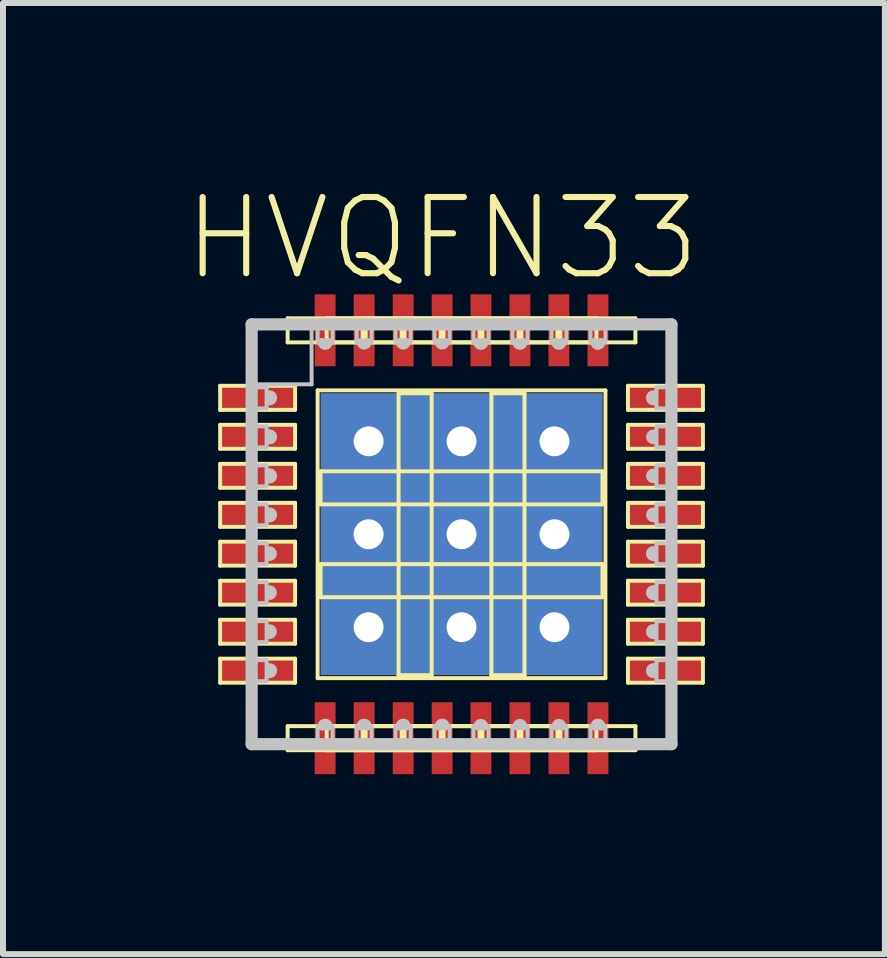
<source format=kicad_pcb>
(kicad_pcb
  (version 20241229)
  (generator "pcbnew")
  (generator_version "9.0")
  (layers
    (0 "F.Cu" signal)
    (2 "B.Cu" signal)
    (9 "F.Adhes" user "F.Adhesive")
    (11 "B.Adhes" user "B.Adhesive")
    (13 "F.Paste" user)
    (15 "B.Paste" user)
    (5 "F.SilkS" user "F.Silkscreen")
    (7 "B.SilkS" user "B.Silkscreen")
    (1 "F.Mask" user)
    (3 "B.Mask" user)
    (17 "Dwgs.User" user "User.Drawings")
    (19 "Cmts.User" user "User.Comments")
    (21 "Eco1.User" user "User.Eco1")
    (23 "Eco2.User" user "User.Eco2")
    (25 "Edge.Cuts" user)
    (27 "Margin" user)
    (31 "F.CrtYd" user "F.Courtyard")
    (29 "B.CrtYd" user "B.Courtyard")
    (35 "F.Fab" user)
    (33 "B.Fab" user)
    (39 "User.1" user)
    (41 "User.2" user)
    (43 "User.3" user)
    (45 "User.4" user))
  (footprint "HVQFN33"
    (layer "F.Cu")
    (at 4.642 5.854)
    (property "Reference" "HVQFN33" (at -0.323 -4.933 0) (layer "F.SilkS") (effects (font (size 1.27 1.27) (thickness 0.102))))
    (attr smd)
    (fp_line (start -4.023 -2.474) (end -2.774 -2.474) (stroke (width 0.066) (type solid)) (layer "F.SilkS"))
    (fp_line (start -4.023 -2.073) (end -4.023 -2.474) (stroke (width 0.066) (type solid)) (layer "F.SilkS"))
    (fp_line (start -4.023 -2.073) (end -2.774 -2.073) (stroke (width 0.066) (type solid)) (layer "F.SilkS"))
    (fp_line (start -4.023 -1.824) (end -2.774 -1.824) (stroke (width 0.066) (type solid)) (layer "F.SilkS"))
    (fp_line (start -4.023 -1.425) (end -4.023 -1.824) (stroke (width 0.066) (type solid)) (layer "F.SilkS"))
    (fp_line (start -4.023 -1.425) (end -2.774 -1.425) (stroke (width 0.066) (type solid)) (layer "F.SilkS"))
    (fp_line (start -4.023 -1.173) (end -2.774 -1.173) (stroke (width 0.066) (type solid)) (layer "F.SilkS"))
    (fp_line (start -4.023 -0.775) (end -4.023 -1.173) (stroke (width 0.066) (type solid)) (layer "F.SilkS"))
    (fp_line (start -4.023 -0.775) (end -2.774 -0.775) (stroke (width 0.066) (type solid)) (layer "F.SilkS"))
    (fp_line (start -4.023 -0.523) (end -2.774 -0.523) (stroke (width 0.066) (type solid)) (layer "F.SilkS"))
    (fp_line (start -4.023 -0.124) (end -4.023 -0.523) (stroke (width 0.066) (type solid)) (layer "F.SilkS"))
    (fp_line (start -4.023 -0.124) (end -2.774 -0.124) (stroke (width 0.066) (type solid)) (layer "F.SilkS"))
    (fp_line (start -4.023 0.124) (end -2.774 0.124) (stroke (width 0.066) (type solid)) (layer "F.SilkS"))
    (fp_line (start -4.023 0.523) (end -4.023 0.124) (stroke (width 0.066) (type solid)) (layer "F.SilkS"))
    (fp_line (start -4.023 0.523) (end -2.774 0.523) (stroke (width 0.066) (type solid)) (layer "F.SilkS"))
    (fp_line (start -4.023 0.775) (end -2.774 0.775) (stroke (width 0.066) (type solid)) (layer "F.SilkS"))
    (fp_line (start -4.023 1.173) (end -4.023 0.775) (stroke (width 0.066) (type solid)) (layer "F.SilkS"))
    (fp_line (start -4.023 1.173) (end -2.774 1.173) (stroke (width 0.066) (type solid)) (layer "F.SilkS"))
    (fp_line (start -4.023 1.425) (end -2.774 1.425) (stroke (width 0.066) (type solid)) (layer "F.SilkS"))
    (fp_line (start -4.023 1.824) (end -4.023 1.425) (stroke (width 0.066) (type solid)) (layer "F.SilkS"))
    (fp_line (start -4.023 1.824) (end -2.774 1.824) (stroke (width 0.066) (type solid)) (layer "F.SilkS"))
    (fp_line (start -4.023 2.073) (end -2.774 2.073) (stroke (width 0.066) (type solid)) (layer "F.SilkS"))
    (fp_line (start -4.023 2.474) (end -4.023 2.073) (stroke (width 0.066) (type solid)) (layer "F.SilkS"))
    (fp_line (start -4.023 2.474) (end -2.774 2.474) (stroke (width 0.066) (type solid)) (layer "F.SilkS"))
    (fp_line (start -2.898 -3.599) (end -1.648 -3.599) (stroke (width 0.066) (type solid)) (layer "F.SilkS"))
    (fp_line (start -2.898 -3.198) (end -2.898 -3.599) (stroke (width 0.066) (type solid)) (layer "F.SilkS"))
    (fp_line (start -2.898 -3.198) (end -1.648 -3.198) (stroke (width 0.066) (type solid)) (layer "F.SilkS"))
    (fp_line (start -2.898 3.198) (end -1.648 3.198) (stroke (width 0.066) (type solid)) (layer "F.SilkS"))
    (fp_line (start -2.898 3.599) (end -2.898 3.198) (stroke (width 0.066) (type solid)) (layer "F.SilkS"))
    (fp_line (start -2.898 3.599) (end -1.648 3.599) (stroke (width 0.066) (type solid)) (layer "F.SilkS"))
    (fp_line (start -2.774 -2.073) (end -2.774 -2.474) (stroke (width 0.066) (type solid)) (layer "F.SilkS"))
    (fp_line (start -2.774 -1.425) (end -2.774 -1.824) (stroke (width 0.066) (type solid)) (layer "F.SilkS"))
    (fp_line (start -2.774 -0.775) (end -2.774 -1.173) (stroke (width 0.066) (type solid)) (layer "F.SilkS"))
    (fp_line (start -2.774 -0.124) (end -2.774 -0.523) (stroke (width 0.066) (type solid)) (layer "F.SilkS"))
    (fp_line (start -2.774 0.523) (end -2.774 0.124) (stroke (width 0.066) (type solid)) (layer "F.SilkS"))
    (fp_line (start -2.774 1.173) (end -2.774 0.775) (stroke (width 0.066) (type solid)) (layer "F.SilkS"))
    (fp_line (start -2.774 1.824) (end -2.774 1.425) (stroke (width 0.066) (type solid)) (layer "F.SilkS"))
    (fp_line (start -2.774 2.474) (end -2.774 2.073) (stroke (width 0.066) (type solid)) (layer "F.SilkS"))
    (fp_line (start -2.398 -2.398) (end 2.398 -2.398) (stroke (width 0.066) (type solid)) (layer "F.SilkS"))
    (fp_line (start -2.398 2.398) (end -2.398 -2.398) (stroke (width 0.066) (type solid)) (layer "F.SilkS"))
    (fp_line (start -2.398 2.398) (end 2.398 2.398) (stroke (width 0.066) (type solid)) (layer "F.SilkS"))
    (fp_line (start -2.349 -1.049) (end 2.349 -1.049) (stroke (width 0.066) (type solid)) (layer "F.SilkS"))
    (fp_line (start -2.349 -0.498) (end -2.349 -1.049) (stroke (width 0.066) (type solid)) (layer "F.SilkS"))
    (fp_line (start -2.349 -0.498) (end 2.349 -0.498) (stroke (width 0.066) (type solid)) (layer "F.SilkS"))
    (fp_line (start -2.349 0.498) (end 2.349 0.498) (stroke (width 0.066) (type solid)) (layer "F.SilkS"))
    (fp_line (start -2.349 1.049) (end -2.349 0.498) (stroke (width 0.066) (type solid)) (layer "F.SilkS"))
    (fp_line (start -2.349 1.049) (end 2.349 1.049) (stroke (width 0.066) (type solid)) (layer "F.SilkS"))
    (fp_line (start -2.248 -3.599) (end -0.998 -3.599) (stroke (width 0.066) (type solid)) (layer "F.SilkS"))
    (fp_line (start -2.248 -3.198) (end -2.248 -3.599) (stroke (width 0.066) (type solid)) (layer "F.SilkS"))
    (fp_line (start -2.248 -3.198) (end -0.998 -3.198) (stroke (width 0.066) (type solid)) (layer "F.SilkS"))
    (fp_line (start -2.248 3.198) (end -0.998 3.198) (stroke (width 0.066) (type solid)) (layer "F.SilkS"))
    (fp_line (start -2.248 3.599) (end -2.248 3.198) (stroke (width 0.066) (type solid)) (layer "F.SilkS"))
    (fp_line (start -2.248 3.599) (end -0.998 3.599) (stroke (width 0.066) (type solid)) (layer "F.SilkS"))
    (fp_line (start -1.648 -3.198) (end -1.648 -3.599) (stroke (width 0.066) (type solid)) (layer "F.SilkS"))
    (fp_line (start -1.648 3.599) (end -1.648 3.198) (stroke (width 0.066) (type solid)) (layer "F.SilkS"))
    (fp_line (start -1.598 -3.599) (end -0.348 -3.599) (stroke (width 0.066) (type solid)) (layer "F.SilkS"))
    (fp_line (start -1.598 -3.198) (end -1.598 -3.599) (stroke (width 0.066) (type solid)) (layer "F.SilkS"))
    (fp_line (start -1.598 -3.198) (end -0.348 -3.198) (stroke (width 0.066) (type solid)) (layer "F.SilkS"))
    (fp_line (start -1.598 3.198) (end -0.348 3.198) (stroke (width 0.066) (type solid)) (layer "F.SilkS"))
    (fp_line (start -1.598 3.599) (end -1.598 3.198) (stroke (width 0.066) (type solid)) (layer "F.SilkS"))
    (fp_line (start -1.598 3.599) (end -0.348 3.599) (stroke (width 0.066) (type solid)) (layer "F.SilkS"))
    (fp_line (start -1.049 -2.349) (end -0.498 -2.349) (stroke (width 0.066) (type solid)) (layer "F.SilkS"))
    (fp_line (start -1.049 2.349) (end -1.049 -2.349) (stroke (width 0.066) (type solid)) (layer "F.SilkS"))
    (fp_line (start -1.049 2.349) (end -0.498 2.349) (stroke (width 0.066) (type solid)) (layer "F.SilkS"))
    (fp_line (start -0.998 -3.198) (end -0.998 -3.599) (stroke (width 0.066) (type solid)) (layer "F.SilkS"))
    (fp_line (start -0.998 3.599) (end -0.998 3.198) (stroke (width 0.066) (type solid)) (layer "F.SilkS"))
    (fp_line (start -0.95 -3.599) (end 0.3 -3.599) (stroke (width 0.066) (type solid)) (layer "F.SilkS"))
    (fp_line (start -0.95 -3.198) (end -0.95 -3.599) (stroke (width 0.066) (type solid)) (layer "F.SilkS"))
    (fp_line (start -0.95 -3.198) (end 0.3 -3.198) (stroke (width 0.066) (type solid)) (layer "F.SilkS"))
    (fp_line (start -0.95 3.198) (end 0.3 3.198) (stroke (width 0.066) (type solid)) (layer "F.SilkS"))
    (fp_line (start -0.95 3.599) (end -0.95 3.198) (stroke (width 0.066) (type solid)) (layer "F.SilkS"))
    (fp_line (start -0.95 3.599) (end 0.3 3.599) (stroke (width 0.066) (type solid)) (layer "F.SilkS"))
    (fp_line (start -0.498 2.349) (end -0.498 -2.349) (stroke (width 0.066) (type solid)) (layer "F.SilkS"))
    (fp_line (start -0.348 -3.198) (end -0.348 -3.599) (stroke (width 0.066) (type solid)) (layer "F.SilkS"))
    (fp_line (start -0.348 3.599) (end -0.348 3.198) (stroke (width 0.066) (type solid)) (layer "F.SilkS"))
    (fp_line (start -0.3 -3.599) (end 0.95 -3.599) (stroke (width 0.066) (type solid)) (layer "F.SilkS"))
    (fp_line (start -0.3 -3.198) (end -0.3 -3.599) (stroke (width 0.066) (type solid)) (layer "F.SilkS"))
    (fp_line (start -0.3 -3.198) (end 0.95 -3.198) (stroke (width 0.066) (type solid)) (layer "F.SilkS"))
    (fp_line (start -0.3 3.198) (end 0.95 3.198) (stroke (width 0.066) (type solid)) (layer "F.SilkS"))
    (fp_line (start -0.3 3.599) (end -0.3 3.198) (stroke (width 0.066) (type solid)) (layer "F.SilkS"))
    (fp_line (start -0.3 3.599) (end 0.95 3.599) (stroke (width 0.066) (type solid)) (layer "F.SilkS"))
    (fp_line (start 0.3 -3.198) (end 0.3 -3.599) (stroke (width 0.066) (type solid)) (layer "F.SilkS"))
    (fp_line (start 0.3 3.599) (end 0.3 3.198) (stroke (width 0.066) (type solid)) (layer "F.SilkS"))
    (fp_line (start 0.348 -3.599) (end 1.598 -3.599) (stroke (width 0.066) (type solid)) (layer "F.SilkS"))
    (fp_line (start 0.348 -3.198) (end 0.348 -3.599) (stroke (width 0.066) (type solid)) (layer "F.SilkS"))
    (fp_line (start 0.348 -3.198) (end 1.598 -3.198) (stroke (width 0.066) (type solid)) (layer "F.SilkS"))
    (fp_line (start 0.348 3.198) (end 1.598 3.198) (stroke (width 0.066) (type solid)) (layer "F.SilkS"))
    (fp_line (start 0.348 3.599) (end 0.348 3.198) (stroke (width 0.066) (type solid)) (layer "F.SilkS"))
    (fp_line (start 0.348 3.599) (end 1.598 3.599) (stroke (width 0.066) (type solid)) (layer "F.SilkS"))
    (fp_line (start 0.498 -2.349) (end 1.049 -2.349) (stroke (width 0.066) (type solid)) (layer "F.SilkS"))
    (fp_line (start 0.498 2.349) (end 0.498 -2.349) (stroke (width 0.066) (type solid)) (layer "F.SilkS"))
    (fp_line (start 0.498 2.349) (end 1.049 2.349) (stroke (width 0.066) (type solid)) (layer "F.SilkS"))
    (fp_line (start 0.95 -3.198) (end 0.95 -3.599) (stroke (width 0.066) (type solid)) (layer "F.SilkS"))
    (fp_line (start 0.95 3.599) (end 0.95 3.198) (stroke (width 0.066) (type solid)) (layer "F.SilkS"))
    (fp_line (start 0.998 -3.599) (end 2.248 -3.599) (stroke (width 0.066) (type solid)) (layer "F.SilkS"))
    (fp_line (start 0.998 -3.198) (end 0.998 -3.599) (stroke (width 0.066) (type solid)) (layer "F.SilkS"))
    (fp_line (start 0.998 -3.198) (end 2.248 -3.198) (stroke (width 0.066) (type solid)) (layer "F.SilkS"))
    (fp_line (start 0.998 3.198) (end 2.248 3.198) (stroke (width 0.066) (type solid)) (layer "F.SilkS"))
    (fp_line (start 0.998 3.599) (end 0.998 3.198) (stroke (width 0.066) (type solid)) (layer "F.SilkS"))
    (fp_line (start 0.998 3.599) (end 2.248 3.599) (stroke (width 0.066) (type solid)) (layer "F.SilkS"))
    (fp_line (start 1.049 2.349) (end 1.049 -2.349) (stroke (width 0.066) (type solid)) (layer "F.SilkS"))
    (fp_line (start 1.598 -3.198) (end 1.598 -3.599) (stroke (width 0.066) (type solid)) (layer "F.SilkS"))
    (fp_line (start 1.598 3.599) (end 1.598 3.198) (stroke (width 0.066) (type solid)) (layer "F.SilkS"))
    (fp_line (start 1.648 -3.599) (end 2.898 -3.599) (stroke (width 0.066) (type solid)) (layer "F.SilkS"))
    (fp_line (start 1.648 -3.198) (end 1.648 -3.599) (stroke (width 0.066) (type solid)) (layer "F.SilkS"))
    (fp_line (start 1.648 -3.198) (end 2.898 -3.198) (stroke (width 0.066) (type solid)) (layer "F.SilkS"))
    (fp_line (start 1.648 3.198) (end 2.898 3.198) (stroke (width 0.066) (type solid)) (layer "F.SilkS"))
    (fp_line (start 1.648 3.599) (end 1.648 3.198) (stroke (width 0.066) (type solid)) (layer "F.SilkS"))
    (fp_line (start 1.648 3.599) (end 2.898 3.599) (stroke (width 0.066) (type solid)) (layer "F.SilkS"))
    (fp_line (start 2.248 -3.198) (end 2.248 -3.599) (stroke (width 0.066) (type solid)) (layer "F.SilkS"))
    (fp_line (start 2.248 3.599) (end 2.248 3.198) (stroke (width 0.066) (type solid)) (layer "F.SilkS"))
    (fp_line (start 2.349 -0.498) (end 2.349 -1.049) (stroke (width 0.066) (type solid)) (layer "F.SilkS"))
    (fp_line (start 2.349 1.049) (end 2.349 0.498) (stroke (width 0.066) (type solid)) (layer "F.SilkS"))
    (fp_line (start 2.398 2.398) (end 2.398 -2.398) (stroke (width 0.066) (type solid)) (layer "F.SilkS"))
    (fp_line (start 2.774 -2.474) (end 4.023 -2.474) (stroke (width 0.066) (type solid)) (layer "F.SilkS"))
    (fp_line (start 2.774 -2.073) (end 2.774 -2.474) (stroke (width 0.066) (type solid)) (layer "F.SilkS"))
    (fp_line (start 2.774 -2.073) (end 4.023 -2.073) (stroke (width 0.066) (type solid)) (layer "F.SilkS"))
    (fp_line (start 2.774 -1.824) (end 4.023 -1.824) (stroke (width 0.066) (type solid)) (layer "F.SilkS"))
    (fp_line (start 2.774 -1.425) (end 2.774 -1.824) (stroke (width 0.066) (type solid)) (layer "F.SilkS"))
    (fp_line (start 2.774 -1.425) (end 4.023 -1.425) (stroke (width 0.066) (type solid)) (layer "F.SilkS"))
    (fp_line (start 2.774 -1.173) (end 4.023 -1.173) (stroke (width 0.066) (type solid)) (layer "F.SilkS"))
    (fp_line (start 2.774 -0.775) (end 2.774 -1.173) (stroke (width 0.066) (type solid)) (layer "F.SilkS"))
    (fp_line (start 2.774 -0.775) (end 4.023 -0.775) (stroke (width 0.066) (type solid)) (layer "F.SilkS"))
    (fp_line (start 2.774 -0.523) (end 4.023 -0.523) (stroke (width 0.066) (type solid)) (layer "F.SilkS"))
    (fp_line (start 2.774 -0.124) (end 2.774 -0.523) (stroke (width 0.066) (type solid)) (layer "F.SilkS"))
    (fp_line (start 2.774 -0.124) (end 4.023 -0.124) (stroke (width 0.066) (type solid)) (layer "F.SilkS"))
    (fp_line (start 2.774 0.124) (end 4.023 0.124) (stroke (width 0.066) (type solid)) (layer "F.SilkS"))
    (fp_line (start 2.774 0.523) (end 2.774 0.124) (stroke (width 0.066) (type solid)) (layer "F.SilkS"))
    (fp_line (start 2.774 0.523) (end 4.023 0.523) (stroke (width 0.066) (type solid)) (layer "F.SilkS"))
    (fp_line (start 2.774 0.775) (end 4.023 0.775) (stroke (width 0.066) (type solid)) (layer "F.SilkS"))
    (fp_line (start 2.774 1.173) (end 2.774 0.775) (stroke (width 0.066) (type solid)) (layer "F.SilkS"))
    (fp_line (start 2.774 1.173) (end 4.023 1.173) (stroke (width 0.066) (type solid)) (layer "F.SilkS"))
    (fp_line (start 2.774 1.425) (end 4.023 1.425) (stroke (width 0.066) (type solid)) (layer "F.SilkS"))
    (fp_line (start 2.774 1.824) (end 2.774 1.425) (stroke (width 0.066) (type solid)) (layer "F.SilkS"))
    (fp_line (start 2.774 1.824) (end 4.023 1.824) (stroke (width 0.066) (type solid)) (layer "F.SilkS"))
    (fp_line (start 2.774 2.073) (end 4.023 2.073) (stroke (width 0.066) (type solid)) (layer "F.SilkS"))
    (fp_line (start 2.774 2.474) (end 2.774 2.073) (stroke (width 0.066) (type solid)) (layer "F.SilkS"))
    (fp_line (start 2.774 2.474) (end 4.023 2.474) (stroke (width 0.066) (type solid)) (layer "F.SilkS"))
    (fp_line (start 2.898 -3.198) (end 2.898 -3.599) (stroke (width 0.066) (type solid)) (layer "F.SilkS"))
    (fp_line (start 2.898 3.599) (end 2.898 3.198) (stroke (width 0.066) (type solid)) (layer "F.SilkS"))
    (fp_line (start 4.023 -2.073) (end 4.023 -2.474) (stroke (width 0.066) (type solid)) (layer "F.SilkS"))
    (fp_line (start 4.023 -1.425) (end 4.023 -1.824) (stroke (width 0.066) (type solid)) (layer "F.SilkS"))
    (fp_line (start 4.023 -0.775) (end 4.023 -1.173) (stroke (width 0.066) (type solid)) (layer "F.SilkS"))
    (fp_line (start 4.023 -0.124) (end 4.023 -0.523) (stroke (width 0.066) (type solid)) (layer "F.SilkS"))
    (fp_line (start 4.023 0.523) (end 4.023 0.124) (stroke (width 0.066) (type solid)) (layer "F.SilkS"))
    (fp_line (start 4.023 1.173) (end 4.023 0.775) (stroke (width 0.066) (type solid)) (layer "F.SilkS"))
    (fp_line (start 4.023 1.824) (end 4.023 1.425) (stroke (width 0.066) (type solid)) (layer "F.SilkS"))
    (fp_line (start 4.023 2.474) (end 4.023 2.073) (stroke (width 0.066) (type solid)) (layer "F.SilkS"))
    (fp_line (start -3.498 -3.498) (end -2.499 -3.498) (stroke (width 0.066) (type solid)) (layer "Dwgs.User"))
    (fp_line (start -3.498 -3.498) (end 3.498 -3.498) (stroke (width 0.203) (type solid)) (layer "Dwgs.User"))
    (fp_line (start -3.498 -2.499) (end -3.498 -3.498) (stroke (width 0.066) (type solid)) (layer "Dwgs.User"))
    (fp_line (start -3.498 -2.499) (end -2.499 -2.499) (stroke (width 0.066) (type solid)) (layer "Dwgs.User"))
    (fp_line (start -3.498 -2.449) (end -3.249 -2.449) (stroke (width 0.066) (type solid)) (layer "Dwgs.User"))
    (fp_line (start -3.498 -2.098) (end -3.498 -2.449) (stroke (width 0.066) (type solid)) (layer "Dwgs.User"))
    (fp_line (start -3.498 -2.098) (end -3.249 -2.098) (stroke (width 0.066) (type solid)) (layer "Dwgs.User"))
    (fp_line (start -3.498 -1.798) (end -3.249 -1.798) (stroke (width 0.066) (type solid)) (layer "Dwgs.User"))
    (fp_line (start -3.498 -1.448) (end -3.498 -1.798) (stroke (width 0.066) (type solid)) (layer "Dwgs.User"))
    (fp_line (start -3.498 -1.448) (end -3.249 -1.448) (stroke (width 0.066) (type solid)) (layer "Dwgs.User"))
    (fp_line (start -3.498 -1.148) (end -3.249 -1.148) (stroke (width 0.066) (type solid)) (layer "Dwgs.User"))
    (fp_line (start -3.498 -0.798) (end -3.498 -1.148) (stroke (width 0.066) (type solid)) (layer "Dwgs.User"))
    (fp_line (start -3.498 -0.798) (end -3.249 -0.798) (stroke (width 0.066) (type solid)) (layer "Dwgs.User"))
    (fp_line (start -3.498 -0.498) (end -3.249 -0.498) (stroke (width 0.066) (type solid)) (layer "Dwgs.User"))
    (fp_line (start -3.498 -0.15) (end -3.498 -0.498) (stroke (width 0.066) (type solid)) (layer "Dwgs.User"))
    (fp_line (start -3.498 -0.15) (end -3.249 -0.15) (stroke (width 0.066) (type solid)) (layer "Dwgs.User"))
    (fp_line (start -3.498 0.15) (end -3.249 0.15) (stroke (width 0.066) (type solid)) (layer "Dwgs.User"))
    (fp_line (start -3.498 0.498) (end -3.498 0.15) (stroke (width 0.066) (type solid)) (layer "Dwgs.User"))
    (fp_line (start -3.498 0.498) (end -3.249 0.498) (stroke (width 0.066) (type solid)) (layer "Dwgs.User"))
    (fp_line (start -3.498 0.798) (end -3.249 0.798) (stroke (width 0.066) (type solid)) (layer "Dwgs.User"))
    (fp_line (start -3.498 1.148) (end -3.498 0.798) (stroke (width 0.066) (type solid)) (layer "Dwgs.User"))
    (fp_line (start -3.498 1.148) (end -3.249 1.148) (stroke (width 0.066) (type solid)) (layer "Dwgs.User"))
    (fp_line (start -3.498 1.448) (end -3.249 1.448) (stroke (width 0.066) (type solid)) (layer "Dwgs.User"))
    (fp_line (start -3.498 1.798) (end -3.498 1.448) (stroke (width 0.066) (type solid)) (layer "Dwgs.User"))
    (fp_line (start -3.498 1.798) (end -3.249 1.798) (stroke (width 0.066) (type solid)) (layer "Dwgs.User"))
    (fp_line (start -3.498 2.098) (end -3.249 2.098) (stroke (width 0.066) (type solid)) (layer "Dwgs.User"))
    (fp_line (start -3.498 2.449) (end -3.498 2.098) (stroke (width 0.066) (type solid)) (layer "Dwgs.User"))
    (fp_line (start -3.498 2.449) (end -3.249 2.449) (stroke (width 0.066) (type solid)) (layer "Dwgs.User"))
    (fp_line (start -3.498 3.498) (end -3.498 -3.498) (stroke (width 0.203) (type solid)) (layer "Dwgs.User"))
    (fp_line (start -3.249 -2.098) (end -3.249 -2.449) (stroke (width 0.066) (type solid)) (layer "Dwgs.User"))
    (fp_line (start -3.249 -1.448) (end -3.249 -1.798) (stroke (width 0.066) (type solid)) (layer "Dwgs.User"))
    (fp_line (start -3.249 -0.798) (end -3.249 -1.148) (stroke (width 0.066) (type solid)) (layer "Dwgs.User"))
    (fp_line (start -3.249 -0.15) (end -3.249 -0.498) (stroke (width 0.066) (type solid)) (layer "Dwgs.User"))
    (fp_line (start -3.249 0.498) (end -3.249 0.15) (stroke (width 0.066) (type solid)) (layer "Dwgs.User"))
    (fp_line (start -3.249 1.148) (end -3.249 0.798) (stroke (width 0.066) (type solid)) (layer "Dwgs.User"))
    (fp_line (start -3.249 1.798) (end -3.249 1.448) (stroke (width 0.066) (type solid)) (layer "Dwgs.User"))
    (fp_line (start -3.249 2.449) (end -3.249 2.098) (stroke (width 0.066) (type solid)) (layer "Dwgs.User"))
    (fp_line (start -2.499 -2.499) (end -2.499 -3.498) (stroke (width 0.066) (type solid)) (layer "Dwgs.User"))
    (fp_line (start -2.398 -3.548) (end -2.149 -3.548) (stroke (width 0.066) (type solid)) (layer "Dwgs.User"))
    (fp_line (start -2.398 -3.198) (end -2.398 -3.548) (stroke (width 0.066) (type solid)) (layer "Dwgs.User"))
    (fp_line (start -2.398 -3.198) (end -2.149 -3.198) (stroke (width 0.066) (type solid)) (layer "Dwgs.User"))
    (fp_line (start -2.398 3.198) (end -2.149 3.198) (stroke (width 0.066) (type solid)) (layer "Dwgs.User"))
    (fp_line (start -2.398 3.548) (end -2.398 3.198) (stroke (width 0.066) (type solid)) (layer "Dwgs.User"))
    (fp_line (start -2.398 3.548) (end -2.149 3.548) (stroke (width 0.066) (type solid)) (layer "Dwgs.User"))
    (fp_line (start -2.149 -3.198) (end -2.149 -3.548) (stroke (width 0.066) (type solid)) (layer "Dwgs.User"))
    (fp_line (start -2.149 3.548) (end -2.149 3.198) (stroke (width 0.066) (type solid)) (layer "Dwgs.User"))
    (fp_line (start -1.748 -3.548) (end -1.499 -3.548) (stroke (width 0.066) (type solid)) (layer "Dwgs.User"))
    (fp_line (start -1.748 -3.198) (end -1.748 -3.548) (stroke (width 0.066) (type solid)) (layer "Dwgs.User"))
    (fp_line (start -1.748 -3.198) (end -1.499 -3.198) (stroke (width 0.066) (type solid)) (layer "Dwgs.User"))
    (fp_line (start -1.748 3.198) (end -1.499 3.198) (stroke (width 0.066) (type solid)) (layer "Dwgs.User"))
    (fp_line (start -1.748 3.548) (end -1.748 3.198) (stroke (width 0.066) (type solid)) (layer "Dwgs.User"))
    (fp_line (start -1.748 3.548) (end -1.499 3.548) (stroke (width 0.066) (type solid)) (layer "Dwgs.User"))
    (fp_line (start -1.499 -3.198) (end -1.499 -3.548) (stroke (width 0.066) (type solid)) (layer "Dwgs.User"))
    (fp_line (start -1.499 3.548) (end -1.499 3.198) (stroke (width 0.066) (type solid)) (layer "Dwgs.User"))
    (fp_line (start -1.1 -3.548) (end -0.848 -3.548) (stroke (width 0.066) (type solid)) (layer "Dwgs.User"))
    (fp_line (start -1.1 -3.198) (end -1.1 -3.548) (stroke (width 0.066) (type solid)) (layer "Dwgs.User"))
    (fp_line (start -1.1 -3.198) (end -0.848 -3.198) (stroke (width 0.066) (type solid)) (layer "Dwgs.User"))
    (fp_line (start -1.1 3.198) (end -0.848 3.198) (stroke (width 0.066) (type solid)) (layer "Dwgs.User"))
    (fp_line (start -1.1 3.548) (end -1.1 3.198) (stroke (width 0.066) (type solid)) (layer "Dwgs.User"))
    (fp_line (start -1.1 3.548) (end -0.848 3.548) (stroke (width 0.066) (type solid)) (layer "Dwgs.User"))
    (fp_line (start -0.848 -3.198) (end -0.848 -3.548) (stroke (width 0.066) (type solid)) (layer "Dwgs.User"))
    (fp_line (start -0.848 3.548) (end -0.848 3.198) (stroke (width 0.066) (type solid)) (layer "Dwgs.User"))
    (fp_line (start -0.45 -3.548) (end -0.198 -3.548) (stroke (width 0.066) (type solid)) (layer "Dwgs.User"))
    (fp_line (start -0.45 -3.198) (end -0.45 -3.548) (stroke (width 0.066) (type solid)) (layer "Dwgs.User"))
    (fp_line (start -0.45 -3.198) (end -0.198 -3.198) (stroke (width 0.066) (type solid)) (layer "Dwgs.User"))
    (fp_line (start -0.45 3.198) (end -0.198 3.198) (stroke (width 0.066) (type solid)) (layer "Dwgs.User"))
    (fp_line (start -0.45 3.548) (end -0.45 3.198) (stroke (width 0.066) (type solid)) (layer "Dwgs.User"))
    (fp_line (start -0.45 3.548) (end -0.198 3.548) (stroke (width 0.066) (type solid)) (layer "Dwgs.User"))
    (fp_line (start -0.198 -3.198) (end -0.198 -3.548) (stroke (width 0.066) (type solid)) (layer "Dwgs.User"))
    (fp_line (start -0.198 3.548) (end -0.198 3.198) (stroke (width 0.066) (type solid)) (layer "Dwgs.User"))
    (fp_line (start 0.198 -3.548) (end 0.45 -3.548) (stroke (width 0.066) (type solid)) (layer "Dwgs.User"))
    (fp_line (start 0.198 -3.198) (end 0.198 -3.548) (stroke (width 0.066) (type solid)) (layer "Dwgs.User"))
    (fp_line (start 0.198 -3.198) (end 0.45 -3.198) (stroke (width 0.066) (type solid)) (layer "Dwgs.User"))
    (fp_line (start 0.198 3.198) (end 0.45 3.198) (stroke (width 0.066) (type solid)) (layer "Dwgs.User"))
    (fp_line (start 0.198 3.548) (end 0.198 3.198) (stroke (width 0.066) (type solid)) (layer "Dwgs.User"))
    (fp_line (start 0.198 3.548) (end 0.45 3.548) (stroke (width 0.066) (type solid)) (layer "Dwgs.User"))
    (fp_line (start 0.45 -3.198) (end 0.45 -3.548) (stroke (width 0.066) (type solid)) (layer "Dwgs.User"))
    (fp_line (start 0.45 3.548) (end 0.45 3.198) (stroke (width 0.066) (type solid)) (layer "Dwgs.User"))
    (fp_line (start 0.848 -3.548) (end 1.1 -3.548) (stroke (width 0.066) (type solid)) (layer "Dwgs.User"))
    (fp_line (start 0.848 -3.198) (end 0.848 -3.548) (stroke (width 0.066) (type solid)) (layer "Dwgs.User"))
    (fp_line (start 0.848 -3.198) (end 1.1 -3.198) (stroke (width 0.066) (type solid)) (layer "Dwgs.User"))
    (fp_line (start 0.848 3.198) (end 1.1 3.198) (stroke (width 0.066) (type solid)) (layer "Dwgs.User"))
    (fp_line (start 0.848 3.548) (end 0.848 3.198) (stroke (width 0.066) (type solid)) (layer "Dwgs.User"))
    (fp_line (start 0.848 3.548) (end 1.1 3.548) (stroke (width 0.066) (type solid)) (layer "Dwgs.User"))
    (fp_line (start 1.1 -3.198) (end 1.1 -3.548) (stroke (width 0.066) (type solid)) (layer "Dwgs.User"))
    (fp_line (start 1.1 3.548) (end 1.1 3.198) (stroke (width 0.066) (type solid)) (layer "Dwgs.User"))
    (fp_line (start 1.499 -3.548) (end 1.748 -3.548) (stroke (width 0.066) (type solid)) (layer "Dwgs.User"))
    (fp_line (start 1.499 -3.198) (end 1.499 -3.548) (stroke (width 0.066) (type solid)) (layer "Dwgs.User"))
    (fp_line (start 1.499 -3.198) (end 1.748 -3.198) (stroke (width 0.066) (type solid)) (layer "Dwgs.User"))
    (fp_line (start 1.499 3.198) (end 1.748 3.198) (stroke (width 0.066) (type solid)) (layer "Dwgs.User"))
    (fp_line (start 1.499 3.548) (end 1.499 3.198) (stroke (width 0.066) (type solid)) (layer "Dwgs.User"))
    (fp_line (start 1.499 3.548) (end 1.748 3.548) (stroke (width 0.066) (type solid)) (layer "Dwgs.User"))
    (fp_line (start 1.748 -3.198) (end 1.748 -3.548) (stroke (width 0.066) (type solid)) (layer "Dwgs.User"))
    (fp_line (start 1.748 3.548) (end 1.748 3.198) (stroke (width 0.066) (type solid)) (layer "Dwgs.User"))
    (fp_line (start 2.149 -3.548) (end 2.398 -3.548) (stroke (width 0.066) (type solid)) (layer "Dwgs.User"))
    (fp_line (start 2.149 -3.198) (end 2.149 -3.548) (stroke (width 0.066) (type solid)) (layer "Dwgs.User"))
    (fp_line (start 2.149 -3.198) (end 2.398 -3.198) (stroke (width 0.066) (type solid)) (layer "Dwgs.User"))
    (fp_line (start 2.149 3.198) (end 2.398 3.198) (stroke (width 0.066) (type solid)) (layer "Dwgs.User"))
    (fp_line (start 2.149 3.548) (end 2.149 3.198) (stroke (width 0.066) (type solid)) (layer "Dwgs.User"))
    (fp_line (start 2.149 3.548) (end 2.398 3.548) (stroke (width 0.066) (type solid)) (layer "Dwgs.User"))
    (fp_line (start 2.398 -3.198) (end 2.398 -3.548) (stroke (width 0.066) (type solid)) (layer "Dwgs.User"))
    (fp_line (start 2.398 3.548) (end 2.398 3.198) (stroke (width 0.066) (type solid)) (layer "Dwgs.User"))
    (fp_line (start 3.249 -2.449) (end 3.498 -2.449) (stroke (width 0.066) (type solid)) (layer "Dwgs.User"))
    (fp_line (start 3.249 -2.098) (end 3.249 -2.449) (stroke (width 0.066) (type solid)) (layer "Dwgs.User"))
    (fp_line (start 3.249 -2.098) (end 3.498 -2.098) (stroke (width 0.066) (type solid)) (layer "Dwgs.User"))
    (fp_line (start 3.249 -1.798) (end 3.498 -1.798) (stroke (width 0.066) (type solid)) (layer "Dwgs.User"))
    (fp_line (start 3.249 -1.448) (end 3.249 -1.798) (stroke (width 0.066) (type solid)) (layer "Dwgs.User"))
    (fp_line (start 3.249 -1.448) (end 3.498 -1.448) (stroke (width 0.066) (type solid)) (layer "Dwgs.User"))
    (fp_line (start 3.249 -1.148) (end 3.498 -1.148) (stroke (width 0.066) (type solid)) (layer "Dwgs.User"))
    (fp_line (start 3.249 -0.798) (end 3.249 -1.148) (stroke (width 0.066) (type solid)) (layer "Dwgs.User"))
    (fp_line (start 3.249 -0.798) (end 3.498 -0.798) (stroke (width 0.066) (type solid)) (layer "Dwgs.User"))
    (fp_line (start 3.249 -0.498) (end 3.498 -0.498) (stroke (width 0.066) (type solid)) (layer "Dwgs.User"))
    (fp_line (start 3.249 -0.15) (end 3.249 -0.498) (stroke (width 0.066) (type solid)) (layer "Dwgs.User"))
    (fp_line (start 3.249 -0.15) (end 3.498 -0.15) (stroke (width 0.066) (type solid)) (layer "Dwgs.User"))
    (fp_line (start 3.249 0.15) (end 3.498 0.15) (stroke (width 0.066) (type solid)) (layer "Dwgs.User"))
    (fp_line (start 3.249 0.498) (end 3.249 0.15) (stroke (width 0.066) (type solid)) (layer "Dwgs.User"))
    (fp_line (start 3.249 0.498) (end 3.498 0.498) (stroke (width 0.066) (type solid)) (layer "Dwgs.User"))
    (fp_line (start 3.249 0.798) (end 3.498 0.798) (stroke (width 0.066) (type solid)) (layer "Dwgs.User"))
    (fp_line (start 3.249 1.148) (end 3.249 0.798) (stroke (width 0.066) (type solid)) (layer "Dwgs.User"))
    (fp_line (start 3.249 1.148) (end 3.498 1.148) (stroke (width 0.066) (type solid)) (layer "Dwgs.User"))
    (fp_line (start 3.249 1.448) (end 3.498 1.448) (stroke (width 0.066) (type solid)) (layer "Dwgs.User"))
    (fp_line (start 3.249 1.798) (end 3.249 1.448) (stroke (width 0.066) (type solid)) (layer "Dwgs.User"))
    (fp_line (start 3.249 1.798) (end 3.498 1.798) (stroke (width 0.066) (type solid)) (layer "Dwgs.User"))
    (fp_line (start 3.249 2.098) (end 3.498 2.098) (stroke (width 0.066) (type solid)) (layer "Dwgs.User"))
    (fp_line (start 3.249 2.449) (end 3.249 2.098) (stroke (width 0.066) (type solid)) (layer "Dwgs.User"))
    (fp_line (start 3.249 2.449) (end 3.498 2.449) (stroke (width 0.066) (type solid)) (layer "Dwgs.User"))
    (fp_line (start 3.498 -3.498) (end 3.498 3.498) (stroke (width 0.203) (type solid)) (layer "Dwgs.User"))
    (fp_line (start 3.498 -2.098) (end 3.498 -2.449) (stroke (width 0.066) (type solid)) (layer "Dwgs.User"))
    (fp_line (start 3.498 -1.448) (end 3.498 -1.798) (stroke (width 0.066) (type solid)) (layer "Dwgs.User"))
    (fp_line (start 3.498 -0.798) (end 3.498 -1.148) (stroke (width 0.066) (type solid)) (layer "Dwgs.User"))
    (fp_line (start 3.498 -0.15) (end 3.498 -0.498) (stroke (width 0.066) (type solid)) (layer "Dwgs.User"))
    (fp_line (start 3.498 0.498) (end 3.498 0.15) (stroke (width 0.066) (type solid)) (layer "Dwgs.User"))
    (fp_line (start 3.498 1.148) (end 3.498 0.798) (stroke (width 0.066) (type solid)) (layer "Dwgs.User"))
    (fp_line (start 3.498 1.798) (end 3.498 1.448) (stroke (width 0.066) (type solid)) (layer "Dwgs.User"))
    (fp_line (start 3.498 2.449) (end 3.498 2.098) (stroke (width 0.066) (type solid)) (layer "Dwgs.User"))
    (fp_line (start 3.498 3.498) (end -3.498 3.498) (stroke (width 0.203) (type solid)) (layer "Dwgs.User"))
    (fp_arc (start -3.19786 -2.3241) (mid -3.14706 -2.2733) (end -3.19786 -2.2225) (stroke (width 0.14986) (type solid)) (layer "Dwgs.User"))
    (fp_arc (start -3.19786 -1.67386) (mid -3.14706 -1.62306) (end -3.19786 -1.57226) (stroke (width 0.14986) (type solid)) (layer "Dwgs.User"))
    (fp_arc (start -3.19786 -1.02362) (mid -3.14706 -0.97282) (end -3.19786 -0.92202) (stroke (width 0.14986) (type solid)) (layer "Dwgs.User"))
    (fp_arc (start -3.19786 -0.37338) (mid -3.14706 -0.32258) (end -3.19786 -0.27178) (stroke (width 0.14986) (type solid)) (layer "Dwgs.User"))
    (fp_arc (start -3.19786 0.27432) (mid -3.1496 0.32258) (end -3.19786 0.37084) (stroke (width 0.14986) (type solid)) (layer "Dwgs.User"))
    (fp_arc (start -3.19786 0.92456) (mid -3.1496 0.97282) (end -3.19786 1.02108) (stroke (width 0.14986) (type solid)) (layer "Dwgs.User"))
    (fp_arc (start -3.19786 1.5748) (mid -3.1496 1.62306) (end -3.19786 1.67132) (stroke (width 0.14986) (type solid)) (layer "Dwgs.User"))
    (fp_arc (start -3.19786 2.2225) (mid -3.14706 2.2733) (end -3.19786 2.3241) (stroke (width 0.14986) (type solid)) (layer "Dwgs.User"))
    (fp_arc (start -2.3241 3.19786) (mid -2.2733 3.14706) (end -2.2225 3.19786) (stroke (width 0.14986) (type solid)) (layer "Dwgs.User"))
    (fp_arc (start -2.2225 -3.19786) (mid -2.2733 -3.14706) (end -2.3241 -3.19786) (stroke (width 0.14986) (type solid)) (layer "Dwgs.User"))
    (fp_arc (start -1.67386 3.19786) (mid -1.62306 3.14706) (end -1.57226 3.19786) (stroke (width 0.14986) (type solid)) (layer "Dwgs.User"))
    (fp_arc (start -1.5748 -3.19786) (mid -1.62306 -3.1496) (end -1.67132 -3.19786) (stroke (width 0.14986) (type solid)) (layer "Dwgs.User"))
    (fp_arc (start -1.02362 3.19786) (mid -0.97282 3.14706) (end -0.92202 3.19786) (stroke (width 0.14986) (type solid)) (layer "Dwgs.User"))
    (fp_arc (start -0.92456 -3.19786) (mid -0.97282 -3.1496) (end -1.02108 -3.19786) (stroke (width 0.14986) (type solid)) (layer "Dwgs.User"))
    (fp_arc (start -0.37338 3.19786) (mid -0.32258 3.14706) (end -0.27178 3.19786) (stroke (width 0.14986) (type solid)) (layer "Dwgs.User"))
    (fp_arc (start -0.27432 -3.19786) (mid -0.32258 -3.1496) (end -0.37084 -3.19786) (stroke (width 0.14986) (type solid)) (layer "Dwgs.User"))
    (fp_arc (start 0.27432 3.19786) (mid 0.32258 3.1496) (end 0.37084 3.19786) (stroke (width 0.14986) (type solid)) (layer "Dwgs.User"))
    (fp_arc (start 0.37338 -3.19786) (mid 0.32258 -3.14706) (end 0.27178 -3.19786) (stroke (width 0.14986) (type solid)) (layer "Dwgs.User"))
    (fp_arc (start 0.92456 3.19786) (mid 0.97282 3.1496) (end 1.02108 3.19786) (stroke (width 0.14986) (type solid)) (layer "Dwgs.User"))
    (fp_arc (start 1.02362 -3.19786) (mid 0.97282 -3.14706) (end 0.92202 -3.19786) (stroke (width 0.14986) (type solid)) (layer "Dwgs.User"))
    (fp_arc (start 1.5748 3.19786) (mid 1.62306 3.1496) (end 1.67132 3.19786) (stroke (width 0.14986) (type solid)) (layer "Dwgs.User"))
    (fp_arc (start 1.67386 -3.19786) (mid 1.62306 -3.14706) (end 1.57226 -3.19786) (stroke (width 0.14986) (type solid)) (layer "Dwgs.User"))
    (fp_arc (start 2.2225 3.19786) (mid 2.2733 3.14706) (end 2.3241 3.19786) (stroke (width 0.14986) (type solid)) (layer "Dwgs.User"))
    (fp_arc (start 2.3241 -3.19786) (mid 2.2733 -3.14706) (end 2.2225 -3.19786) (stroke (width 0.14986) (type solid)) (layer "Dwgs.User"))
    (fp_arc (start 3.19786 -2.2225) (mid 3.14706 -2.2733) (end 3.19786 -2.3241) (stroke (width 0.14986) (type solid)) (layer "Dwgs.User"))
    (fp_arc (start 3.19786 -1.5748) (mid 3.1496 -1.62306) (end 3.19786 -1.67132) (stroke (width 0.14986) (type solid)) (layer "Dwgs.User"))
    (fp_arc (start 3.19786 -0.92456) (mid 3.1496 -0.97282) (end 3.19786 -1.02108) (stroke (width 0.14986) (type solid)) (layer "Dwgs.User"))
    (fp_arc (start 3.19786 -0.27432) (mid 3.1496 -0.32258) (end 3.19786 -0.37084) (stroke (width 0.14986) (type solid)) (layer "Dwgs.User"))
    (fp_arc (start 3.19786 0.37338) (mid 3.14706 0.32258) (end 3.19786 0.27178) (stroke (width 0.14986) (type solid)) (layer "Dwgs.User"))
    (fp_arc (start 3.19786 1.02362) (mid 3.14706 0.97282) (end 3.19786 0.92202) (stroke (width 0.14986) (type solid)) (layer "Dwgs.User"))
    (fp_arc (start 3.19786 1.67386) (mid 3.14706 1.62306) (end 3.19786 1.57226) (stroke (width 0.14986) (type solid)) (layer "Dwgs.User"))
    (fp_arc (start 3.19786 2.3241) (mid 3.14706 2.2733) (end 3.19786 2.2225) (stroke (width 0.14986) (type solid)) (layer "Dwgs.User"))
    (pad "1" smd rect (at -3.399 -2.273 90) (size 0.348 1.199) (layers "F.Cu" "F.Mask" "F.Paste"))
    (pad "2" smd rect (at -3.399 -1.623 90) (size 0.348 1.199) (layers "F.Cu" "F.Mask" "F.Paste"))
    (pad "3" smd rect (at -3.399 -0.973 90) (size 0.348 1.199) (layers "F.Cu" "F.Mask" "F.Paste"))
    (pad "4" smd rect (at -3.399 -0.323 90) (size 0.348 1.199) (layers "F.Cu" "F.Mask" "F.Paste"))
    (pad "5" smd rect (at -3.399 0.323 90) (size 0.348 1.199) (layers "F.Cu" "F.Mask" "F.Paste"))
    (pad "6" smd rect (at -3.399 0.973 90) (size 0.348 1.199) (layers "F.Cu" "F.Mask" "F.Paste"))
    (pad "7" smd rect (at -3.399 1.623 90) (size 0.348 1.199) (layers "F.Cu" "F.Mask" "F.Paste"))
    (pad "8" smd rect (at -3.399 2.273 90) (size 0.348 1.199) (layers "F.Cu" "F.Mask" "F.Paste"))
    (pad "9" smd rect (at -2.273 3.399 180) (size 0.348 1.199) (layers "F.Cu" "F.Mask" "F.Paste"))
    (pad "10" smd rect (at -1.623 3.399 180) (size 0.348 1.199) (layers "F.Cu" "F.Mask" "F.Paste"))
    (pad "11" smd rect (at -0.973 3.399 180) (size 0.348 1.199) (layers "F.Cu" "F.Mask" "F.Paste"))
    (pad "12" smd rect (at -0.323 3.399 180) (size 0.348 1.199) (layers "F.Cu" "F.Mask" "F.Paste"))
    (pad "13" smd rect (at 0.323 3.399 180) (size 0.348 1.199) (layers "F.Cu" "F.Mask" "F.Paste"))
    (pad "14" smd rect (at 0.973 3.399 180) (size 0.348 1.199) (layers "F.Cu" "F.Mask" "F.Paste"))
    (pad "15" smd rect (at 1.623 3.399 180) (size 0.348 1.199) (layers "F.Cu" "F.Mask" "F.Paste"))
    (pad "16" smd rect (at 2.273 3.399 180) (size 0.348 1.199) (layers "F.Cu" "F.Mask" "F.Paste"))
    (pad "17" smd rect (at 3.399 2.273 270) (size 0.348 1.199) (layers "F.Cu" "F.Mask" "F.Paste"))
    (pad "18" smd rect (at 3.399 1.623 270) (size 0.348 1.199) (layers "F.Cu" "F.Mask" "F.Paste"))
    (pad "19" smd rect (at 3.399 0.973 270) (size 0.348 1.199) (layers "F.Cu" "F.Mask" "F.Paste"))
    (pad "20" smd rect (at 3.399 0.323 270) (size 0.348 1.199) (layers "F.Cu" "F.Mask" "F.Paste"))
    (pad "21" smd rect (at 3.399 -0.323 270) (size 0.348 1.199) (layers "F.Cu" "F.Mask" "F.Paste"))
    (pad "22" smd rect (at 3.399 -0.973 270) (size 0.348 1.199) (layers "F.Cu" "F.Mask" "F.Paste"))
    (pad "23" smd rect (at 3.399 -1.623 270) (size 0.348 1.199) (layers "F.Cu" "F.Mask" "F.Paste"))
    (pad "24" smd rect (at 3.399 -2.273 270) (size 0.348 1.199) (layers "F.Cu" "F.Mask" "F.Paste"))
    (pad "25" smd rect (at 2.273 -3.399) (size 0.348 1.199) (layers "F.Cu" "F.Mask" "F.Paste"))
    (pad "26" smd rect (at 1.623 -3.399) (size 0.348 1.199) (layers "F.Cu" "F.Mask" "F.Paste"))
    (pad "27" smd rect (at 0.973 -3.399) (size 0.348 1.199) (layers "F.Cu" "F.Mask" "F.Paste"))
    (pad "28" smd rect (at 0.323 -3.399) (size 0.348 1.199) (layers "F.Cu" "F.Mask" "F.Paste"))
    (pad "29" smd rect (at -0.323 -3.399) (size 0.348 1.199) (layers "F.Cu" "F.Mask" "F.Paste"))
    (pad "30" smd rect (at -0.973 -3.399) (size 0.348 1.199) (layers "F.Cu" "F.Mask" "F.Paste"))
    (pad "31" smd rect (at -1.623 -3.399) (size 0.348 1.199) (layers "F.Cu" "F.Mask" "F.Paste"))
    (pad "32" smd rect (at -2.273 -3.399) (size 0.348 1.199) (layers "F.Cu" "F.Mask" "F.Paste"))
    (pad "33" thru_hole rect (at 0 0) (size 1.598 1.598) (drill 0.498) (layers "*.Cu" "*.Paste" "*.Mask"))
    (pad "34" thru_hole rect (at -1.549 -1.549) (size 1.598 1.598) (drill 0.498) (layers "*.Cu" "*.Paste" "*.Mask"))
    (pad "35" thru_hole rect (at 0 -1.549) (size 1.598 1.598) (drill 0.498) (layers "*.Cu" "*.Paste" "*.Mask"))
    (pad "36" thru_hole rect (at 1.549 -1.549) (size 1.598 1.598) (drill 0.498) (layers "*.Cu" "*.Paste" "*.Mask"))
    (pad "37" thru_hole rect (at -1.549 0) (size 1.598 1.598) (drill 0.498) (layers "*.Cu" "*.Paste" "*.Mask"))
    (pad "38" thru_hole rect (at 1.549 0) (size 1.598 1.598) (drill 0.498) (layers "*.Cu" "*.Paste" "*.Mask"))
    (pad "39" thru_hole rect (at -1.549 1.549) (size 1.598 1.598) (drill 0.498) (layers "*.Cu" "*.Paste" "*.Mask"))
    (pad "40" thru_hole rect (at 0 1.549) (size 1.598 1.598) (drill 0.498) (layers "*.Cu" "*.Paste" "*.Mask"))
    (pad "41" thru_hole rect (at 1.549 1.549) (size 1.598 1.598) (drill 0.498) (layers "*.Cu" "*.Paste" "*.Mask")))
  (gr_rect
    (start -3 -3)
    (end 11.698 12.852)
    (stroke (width 0.1) (type default))
    (fill no)
    (layer "Edge.Cuts")))
</source>
